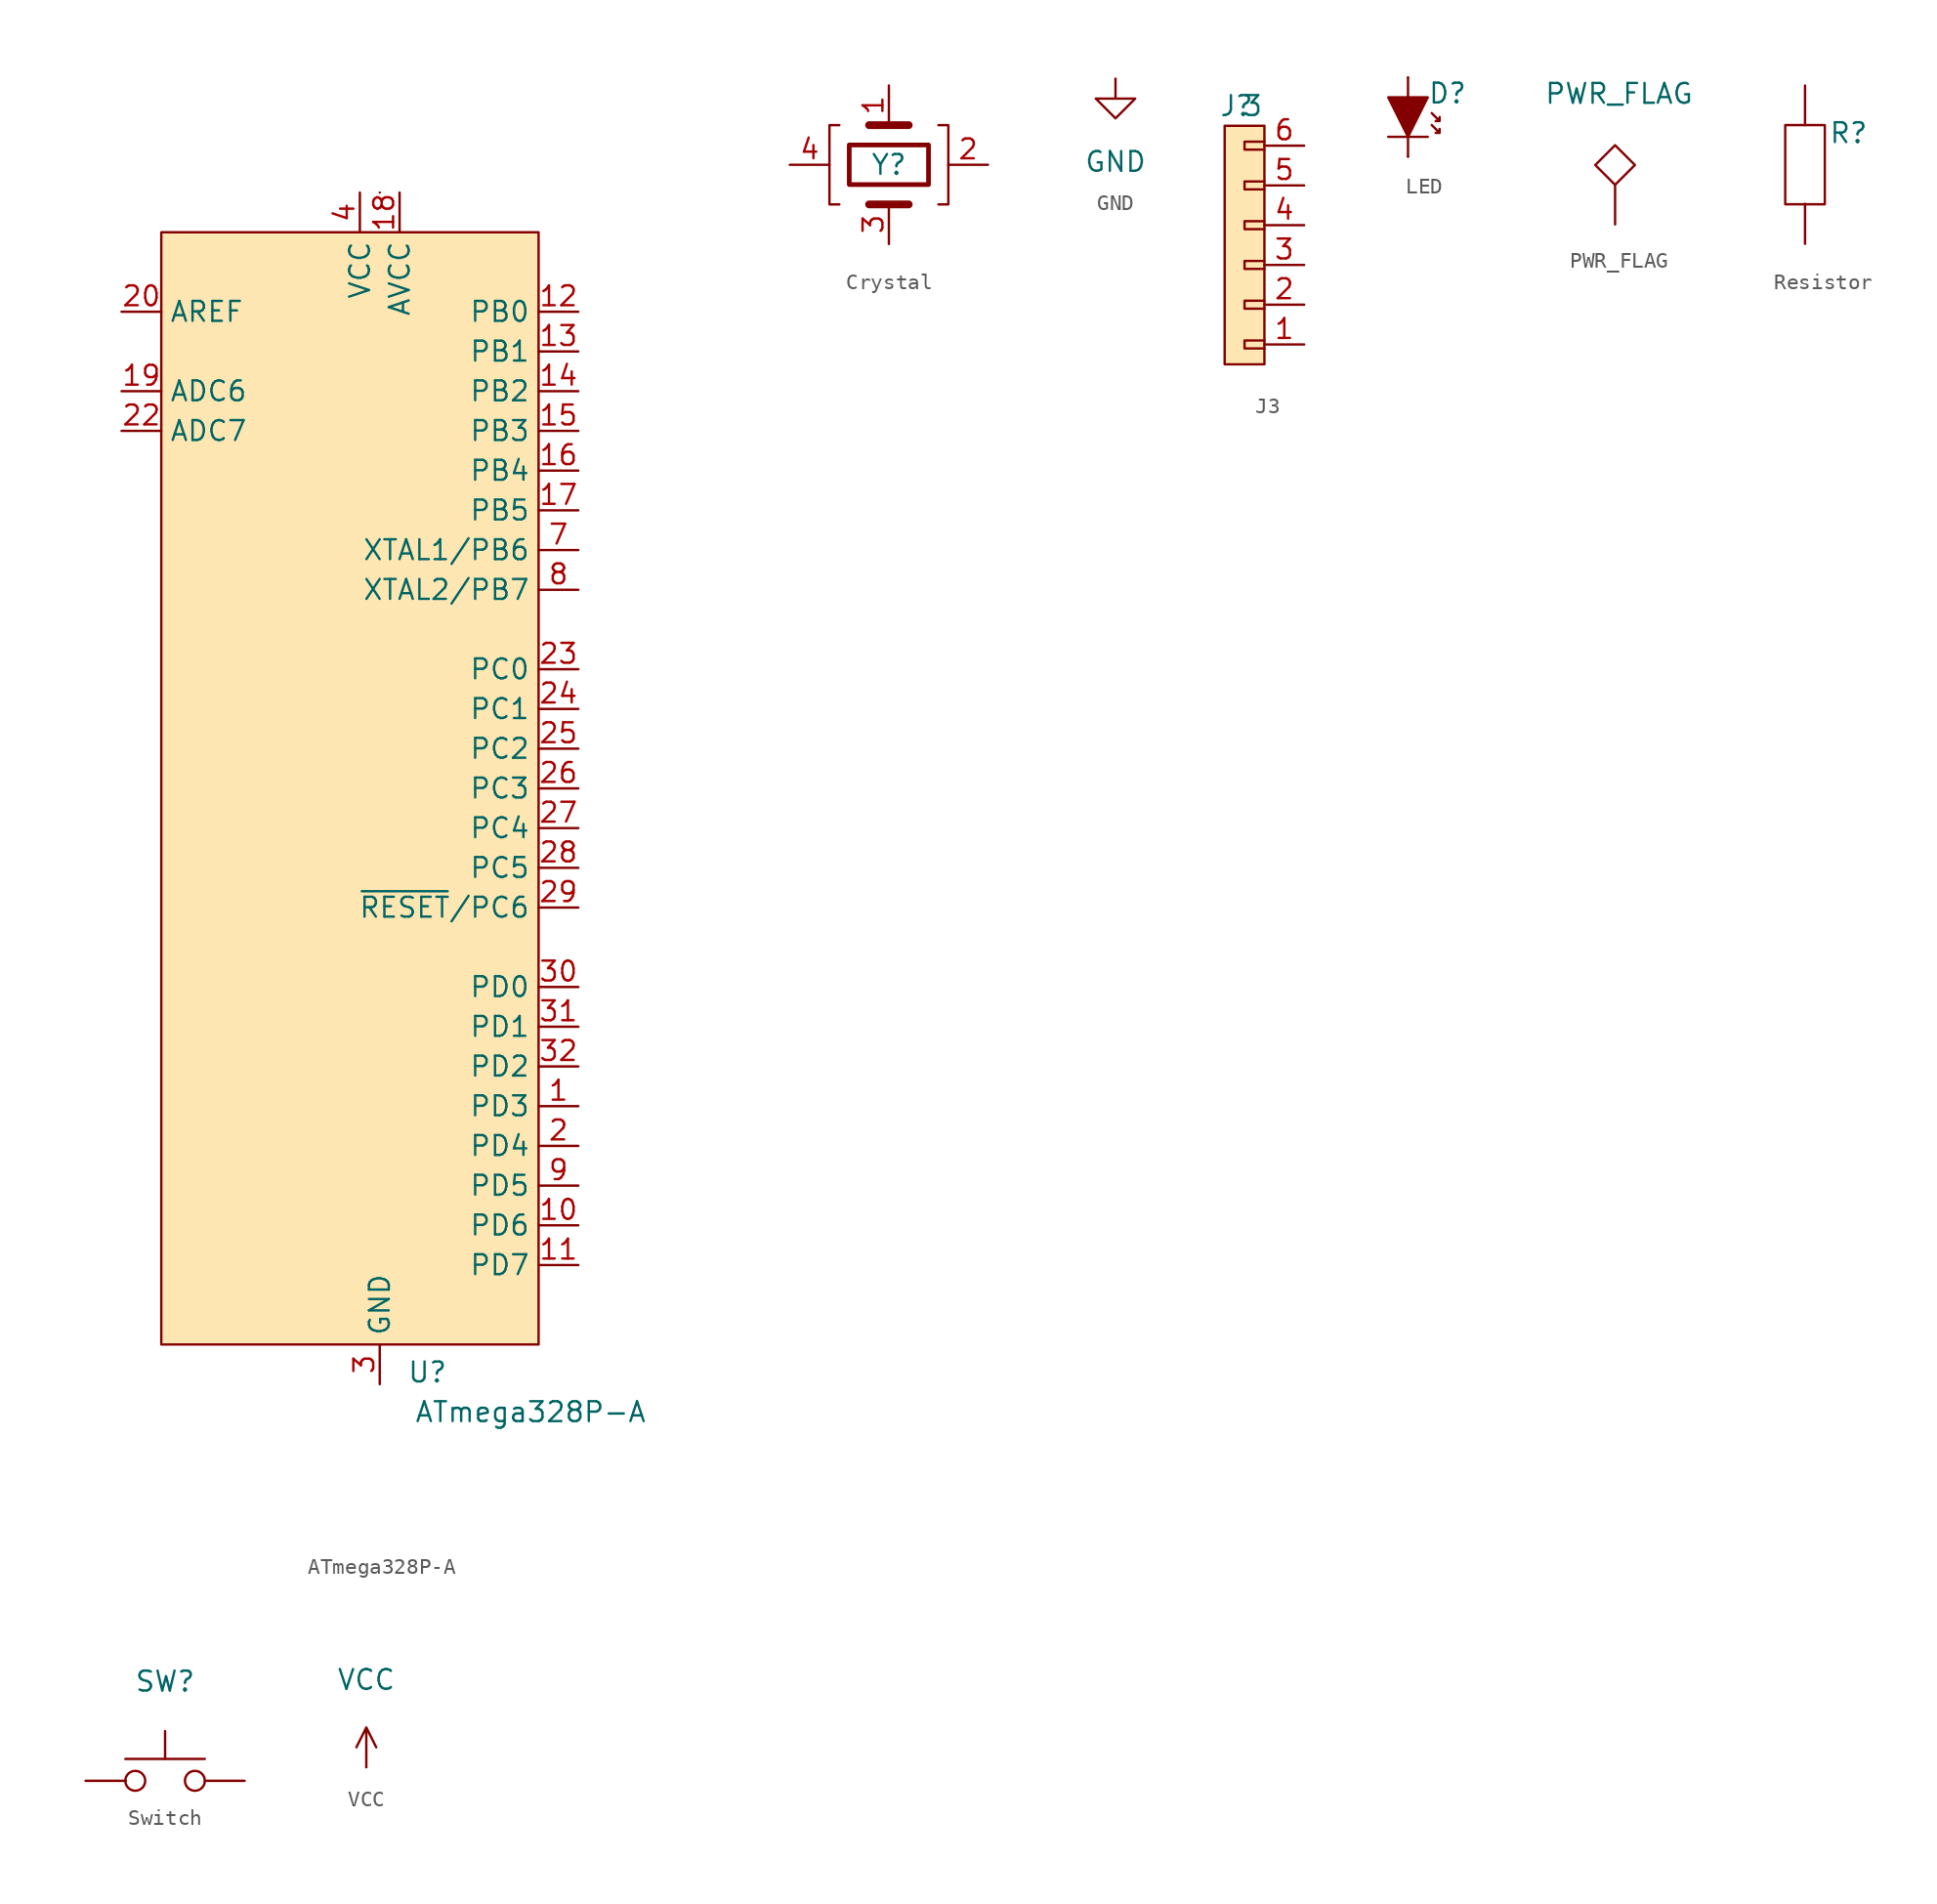
<source format=kicad_sym>
(kicad_symbol_lib
  (version 20241209)
  (generator "kicad_symbol_editor")
  (generator_version "9.0")
  (symbol "ATmega328P-A"
    (property "Reference" "U"
      (at 3.048 -47.498 0)
      (effects (font (size 1.27 1.27))))
    (property "Value" "ATmega328P-A"
      (at 9.652 -50.038 0)
      (effects (font (size 1.27 1.27))))
    (symbol "ATmega328P-A_0_1"
      (polyline (pts (xy 0 27.94) (xy 0 27.94)) (stroke (width 0) (type default)) (fill (type none))))
    (symbol "ATmega328P-A_1_1"
      (rectangle (start -13.97 25.4) (end 10.16 -45.72) (stroke (width 0) (type solid)) (fill (type color) (color 253 230 177 1)))
      (pin passive line (at -16.51 20.32 0) (length 2.54) (name "AREF" (effects (font (size 1.27 1.27)))) (number "20" (effects (font (size 1.27 1.27)))))
      (pin input line (at -16.51 15.24 0) (length 2.54) (name "ADC6" (effects (font (size 1.27 1.27)))) (number "19" (effects (font (size 1.27 1.27)))))
      (pin input line (at -16.51 12.7 0) (length 2.54) (name "ADC7" (effects (font (size 1.27 1.27)))) (number "22" (effects (font (size 1.27 1.27)))))
      (pin power_in line (at -1.27 27.94 270) (length 2.54) (name "VCC" (effects (font (size 1.27 1.27)))) (number "4" (effects (font (size 1.27 1.27)))))
      (pin power_in line (at 0 -48.26 90) (length 2.54) (name "GND" (effects (font (size 1.27 1.27)))) (number "3" (effects (font (size 1.27 1.27)))))
      (pin power_in line (at 1.27 27.94 270) (length 2.54) (name "AVCC" (effects (font (size 1.27 1.27)))) (number "18" (effects (font (size 1.27 1.27)))))
      (pin bidirectional line (at 12.7 20.32 180) (length 2.54) (name "PB0" (effects (font (size 1.27 1.27)))) (number "12" (effects (font (size 1.27 1.27)))))
      (pin bidirectional line (at 12.7 17.78 180) (length 2.54) (name "PB1" (effects (font (size 1.27 1.27)))) (number "13" (effects (font (size 1.27 1.27)))))
      (pin bidirectional line (at 12.7 15.24 180) (length 2.54) (name "PB2" (effects (font (size 1.27 1.27)))) (number "14" (effects (font (size 1.27 1.27)))))
      (pin bidirectional line (at 12.7 12.7 180) (length 2.54) (name "PB3" (effects (font (size 1.27 1.27)))) (number "15" (effects (font (size 1.27 1.27)))))
      (pin bidirectional line (at 12.7 10.16 180) (length 2.54) (name "PB4" (effects (font (size 1.27 1.27)))) (number "16" (effects (font (size 1.27 1.27)))))
      (pin bidirectional line (at 12.7 7.62 180) (length 2.54) (name "PB5" (effects (font (size 1.27 1.27)))) (number "17" (effects (font (size 1.27 1.27)))))
      (pin bidirectional line (at 12.7 5.08 180) (length 2.54) (name "XTAL1/PB6" (effects (font (size 1.27 1.27)))) (number "7" (effects (font (size 1.27 1.27)))))
      (pin bidirectional line (at 12.7 2.54 180) (length 2.54) (name "XTAL2/PB7" (effects (font (size 1.27 1.27)))) (number "8" (effects (font (size 1.27 1.27)))))
      (pin bidirectional line (at 12.7 -2.54 180) (length 2.54) (name "PC0" (effects (font (size 1.27 1.27)))) (number "23" (effects (font (size 1.27 1.27)))))
      (pin bidirectional line (at 12.7 -5.08 180) (length 2.54) (name "PC1" (effects (font (size 1.27 1.27)))) (number "24" (effects (font (size 1.27 1.27)))))
      (pin bidirectional line (at 12.7 -7.62 180) (length 2.54) (name "PC2" (effects (font (size 1.27 1.27)))) (number "25" (effects (font (size 1.27 1.27)))))
      (pin bidirectional line (at 12.7 -10.16 180) (length 2.54) (name "PC3" (effects (font (size 1.27 1.27)))) (number "26" (effects (font (size 1.27 1.27)))))
      (pin bidirectional line (at 12.7 -12.7 180) (length 2.54) (name "PC4" (effects (font (size 1.27 1.27)))) (number "27" (effects (font (size 1.27 1.27)))))
      (pin bidirectional line (at 12.7 -15.24 180) (length 2.54) (name "PC5" (effects (font (size 1.27 1.27)))) (number "28" (effects (font (size 1.27 1.27)))))
      (pin bidirectional line (at 12.7 -17.78 180) (length 2.54) (name "~{RESET}/PC6" (effects (font (size 1.27 1.27)))) (number "29" (effects (font (size 1.27 1.27)))))
      (pin bidirectional line (at 12.7 -22.86 180) (length 2.54) (name "PD0" (effects (font (size 1.27 1.27)))) (number "30" (effects (font (size 1.27 1.27)))))
      (pin bidirectional line (at 12.7 -25.4 180) (length 2.54) (name "PD1" (effects (font (size 1.27 1.27)))) (number "31" (effects (font (size 1.27 1.27)))))
      (pin bidirectional line (at 12.7 -27.94 180) (length 2.54) (name "PD2" (effects (font (size 1.27 1.27)))) (number "32" (effects (font (size 1.27 1.27)))))
      (pin bidirectional line (at 12.7 -30.48 180) (length 2.54) (name "PD3" (effects (font (size 1.27 1.27)))) (number "1" (effects (font (size 1.27 1.27)))))
      (pin bidirectional line (at 12.7 -33.02 180) (length 2.54) (name "PD4" (effects (font (size 1.27 1.27)))) (number "2" (effects (font (size 1.27 1.27)))))
      (pin bidirectional line (at 12.7 -35.56 180) (length 2.54) (name "PD5" (effects (font (size 1.27 1.27)))) (number "9" (effects (font (size 1.27 1.27)))))
      (pin bidirectional line (at 12.7 -38.1 180) (length 2.54) (name "PD6" (effects (font (size 1.27 1.27)))) (number "10" (effects (font (size 1.27 1.27)))))
      (pin bidirectional line (at 12.7 -40.64 180) (length 2.54) (name "PD7" (effects (font (size 1.27 1.27)))) (number "11" (effects (font (size 1.27 1.27)))))))
  (symbol "Crystal"
    (property "Reference" "Y"
      (at 0 0 0)
      (effects (font (size 1.27 1.27))))
    (property "Value" ""
      (at 0 0 0)
      (effects (font (size 1.27 1.27))))
    (symbol "Crystal_1_1"
      (polyline (pts (xy -3.175 2.54) (xy -3.81 2.54) (xy -3.81 -2.54) (xy -3.175 -2.54)) (stroke (width 0) (type default)) (fill (type none)))
      (polyline (pts (xy -2.54 -1.27) (xy -2.54 1.27) (xy 2.54 1.27) (xy 2.54 -1.27) (xy -2.54 -1.27)) (stroke (width 0.3) (type solid)) (fill (type none)))
      (polyline (pts (xy -1.27 2.54) (xy 1.27 2.54)) (stroke (width 0.5) (type solid)) (fill (type none)))
      (polyline (pts (xy -1.27 -2.54) (xy 1.27 -2.54)) (stroke (width 0.5) (type solid)) (fill (type none)))
      (polyline (pts (xy 3.175 2.54) (xy 3.81 2.54) (xy 3.81 -2.54) (xy 3.175 -2.54)) (stroke (width 0) (type default)) (fill (type none)))
      (pin passive line (at -6.35 0 0) (length 2.54) (name "" (effects (font (size 1.27 1.27)))) (number "4" (effects (font (size 1.27 1.27)))))
      (pin passive line (at 0 5.08 270) (length 2.54) (name "" (effects (font (size 1.27 1.27)))) (number "1" (effects (font (size 1.27 1.27)))))
      (pin passive line (at 0 -5.08 90) (length 2.54) (name "" (effects (font (size 1.27 1.27)))) (number "3" (effects (font (size 1.27 1.27)))))
      (pin passive line (at 6.35 0 180) (length 2.54) (name "" (effects (font (size 1.27 1.27)))) (number "2" (effects (font (size 1.27 1.27)))))))
  (symbol "GND"
    (power)
    (property "Reference" "#GND"
      (at 0 -3.556 0)
      (effects (font (size 1.27 1.27)) (hide yes)))
    (property "Value" "GND"
      (at 0 -5.334 0)
      (effects (font (size 1.27 1.27))))
    (symbol "GND_0_1"
      (polyline (pts (xy -1.27 -1.27) (xy 1.27 -1.27) (xy 0 -2.54) (xy -1.27 -1.27)) (stroke (width 0) (type default)) (fill (type none)))
      (polyline (pts (xy 0 -1.27) (xy 0 0)) (stroke (width 0) (type default)) (fill (type none))))
    (symbol "GND_1_1"
      (pin power_in line (at 0 0 270) (length 0) (name "" (effects (font (size 1.27 1.27)))) (number "" (effects (font (size 1.27 1.27)))))))
  (symbol "J3"
    (property "Reference" "J"
      (at -0.508 8.89 0)
      (effects (font (size 1.27 1.27))))
    (property "Value" "3"
      (at 0.508 8.89 0)
      (effects (font (size 1.27 1.27))))
    (symbol "J3_1_1"
      (rectangle (start -1.27 7.62) (end 1.27 -7.62) (stroke (width 0) (type solid)) (fill (type color) (color 253 230 177 1)))
      (polyline (pts (xy 1.27 6.096) (xy 0 6.096) (xy 0 6.604) (xy 1.27 6.604)) (stroke (width 0) (type default)) (fill (type none)))
      (polyline (pts (xy 1.27 3.556) (xy 0 3.556) (xy 0 4.064) (xy 1.27 4.064)) (stroke (width 0) (type default)) (fill (type none)))
      (polyline (pts (xy 1.27 1.016) (xy 0 1.016) (xy 0 1.524) (xy 1.27 1.524)) (stroke (width 0) (type default)) (fill (type none)))
      (polyline (pts (xy 1.27 -1.524) (xy 0 -1.524) (xy 0 -1.016) (xy 1.27 -1.016)) (stroke (width 0) (type default)) (fill (type none)))
      (polyline (pts (xy 1.27 -4.064) (xy 0 -4.064) (xy 0 -3.556) (xy 1.27 -3.556)) (stroke (width 0) (type default)) (fill (type none)))
      (polyline (pts (xy 1.27 -6.604) (xy 0 -6.604) (xy 0 -6.096) (xy 1.27 -6.096)) (stroke (width 0) (type default)) (fill (type none)))
      (pin passive line (at 3.81 6.35 180) (length 2.54) (name "" (effects (font (size 1.27 1.27)))) (number "6" (effects (font (size 1.27 1.27)))))
      (pin passive line (at 3.81 3.81 180) (length 2.54) (name "" (effects (font (size 1.27 1.27)))) (number "5" (effects (font (size 1.27 1.27)))))
      (pin passive line (at 3.81 1.27 180) (length 2.54) (name "" (effects (font (size 1.27 1.27)))) (number "4" (effects (font (size 1.27 1.27)))))
      (pin passive line (at 3.81 -1.27 180) (length 2.54) (name "" (effects (font (size 1.27 1.27)))) (number "3" (effects (font (size 1.27 1.27)))))
      (pin passive line (at 3.81 -3.81 180) (length 2.54) (name "" (effects (font (size 1.27 1.27)))) (number "2" (effects (font (size 1.27 1.27)))))
      (pin passive line (at 3.81 -6.35 180) (length 2.54) (name "" (effects (font (size 1.27 1.27)))) (number "1" (effects (font (size 1.27 1.27)))))))
  (symbol "LED"
    (pin_numbers
      (hide yes))
    (property "Reference" "D"
      (at 2.54 2.794 0)
      (effects (font (size 1.27 1.27))))
    (property "Value" ""
      (at 0 0 0)
      (effects (font (size 1.27 1.27))))
    (symbol "LED_0_1"
      (polyline (pts (xy -1.27 0) (xy 1.27 0)) (stroke (width 0) (type default)) (fill (type none)))
      (polyline (pts (xy 0 2.54) (xy 0 3.81)) (stroke (width 0) (type default)) (fill (type none)))
      (polyline (pts (xy 0 0) (xy 0 -1.27)) (stroke (width 0) (type default)) (fill (type none)))
      (polyline (pts (xy 1.524 1.524) (xy 2.032 1.016) (xy 2.032 1.27) (xy 2.032 1.016) (xy 1.778 1.016)) (stroke (width 0) (type default)) (fill (type none)))
      (polyline (pts (xy 1.524 0.762) (xy 2.032 0.254) (xy 2.032 0.508) (xy 2.032 0.254) (xy 1.778 0.254)) (stroke (width 0) (type default)) (fill (type none))))
    (symbol "LED_1_1"
      (polyline (pts (xy -1.27 2.54) (xy 1.27 2.54) (xy 0 0) (xy -1.27 2.54)) (stroke (width 0) (type solid)) (fill (type outline)))
      (pin passive line (at 0 3.81 270) (length 0) (name "" (effects (font (size 1.27 1.27)))) (number "1" (effects (font (size 1.27 1.27)))))
      (pin passive line (at 0 -1.27 90) (length 0) (name "" (effects (font (size 1.27 1.27)))) (number "2" (effects (font (size 1.27 1.27)))))))
  (symbol "PWR_FLAG"
    (power)
    (pin_numbers
      (hide yes))
    (property "Reference" "#PWR_FLAG"
      (at -0.254 6.35 0)
      (effects (font (size 1.27 1.27)) (hide yes)))
    (property "Value" "PWR_FLAG"
      (at 0.254 8.382 0)
      (effects (font (size 1.27 1.27))))
    (symbol "PWR_FLAG_0_1"
      (polyline (pts (xy 0 5.08) (xy -1.27 3.81) (xy 0 2.54) (xy 1.27 3.81) (xy 0 5.08)) (stroke (width 0) (type default)) (fill (type none))))
    (symbol "PWR_FLAG_1_1"
      (pin power_out line (at 0 0 90) (length 2.54) (name "" (effects (font (size 1.27 1.27)))) (number "1" (effects (font (size 1.27 1.27)))))))
  (symbol "Resistor"
    (pin_numbers
      (hide yes))
    (property "Reference" "R"
      (at 2.794 2.032 0)
      (effects (font (size 1.27 1.27))))
    (property "Value" ""
      (at 0 0 0)
      (effects (font (size 1.27 1.27))))
    (symbol "Resistor_0_1"
      (polyline (pts (xy -1.27 2.54) (xy 1.27 2.54) (xy 1.27 -2.54) (xy -1.27 -2.54) (xy -1.27 2.54)) (stroke (width 0) (type default)) (fill (type none))))
    (symbol "Resistor_1_1"
      (pin passive line (at 0 5.08 270) (length 2.54) (name "" (effects (font (size 1.27 1.27)))) (number "1" (effects (font (size 1.27 1.27)))))
      (pin passive line (at 0 -5.08 90) (length 2.57) (name "" (effects (font (size 1.27 1.27)))) (number "2" (effects (font (size 1.27 1.27)))))))
  (symbol "Switch"
    (pin_numbers
      (hide yes))
    (property "Reference" "SW"
      (at 0 6.35 0)
      (effects (font (size 1.27 1.27))))
    (property "Value" ""
      (at 0 0 0)
      (effects (font (size 1.27 1.27))))
    (symbol "Switch_0_1"
      (circle (center -1.905 0) (radius 0.635) (stroke (width 0) (type default)) (fill (type none)))
      (polyline (pts (xy 0 1.397) (xy 0 3.175)) (stroke (width 0) (type default)) (fill (type none)))
      (circle (center 1.905 0) (radius 0.635) (stroke (width 0) (type default)) (fill (type none)))
      (polyline (pts (xy 2.54 1.397) (xy -2.54 1.397)) (stroke (width 0) (type default)) (fill (type none))))
    (symbol "Switch_1_1"
      (pin passive line (at -5.08 0 0) (length 2.57) (name "" (effects (font (size 1.27 1.27)))) (number "1" (effects (font (size 1.27 1.27)))))
      (pin passive line (at 5.08 0 180) (length 2.54) (name "" (effects (font (size 1.27 1.27)))) (number "2" (effects (font (size 1.27 1.27)))))))
  (symbol "VCC"
    (power)
    (property "Reference" "#VCC"
      (at 0 3.81 0)
      (effects (font (size 1.27 1.27)) (hide yes)))
    (property "Value" "VCC"
      (at 0 5.588 0)
      (effects (font (size 1.27 1.27))))
    (symbol "VCC_0_1"
      (polyline (pts (xy 0 0) (xy 0 2.54) (xy 0.635 1.27) (xy 0 2.54) (xy -0.635 1.27)) (stroke (width 0) (type default)) (fill (type none))))
    (symbol "VCC_1_1"
      (pin power_in line (at 0 0 90) (length 0) (name "" (effects (font (size 1.27 1.27)))) (number "" (effects (font (size 1.27 1.27))))))))
</source>
